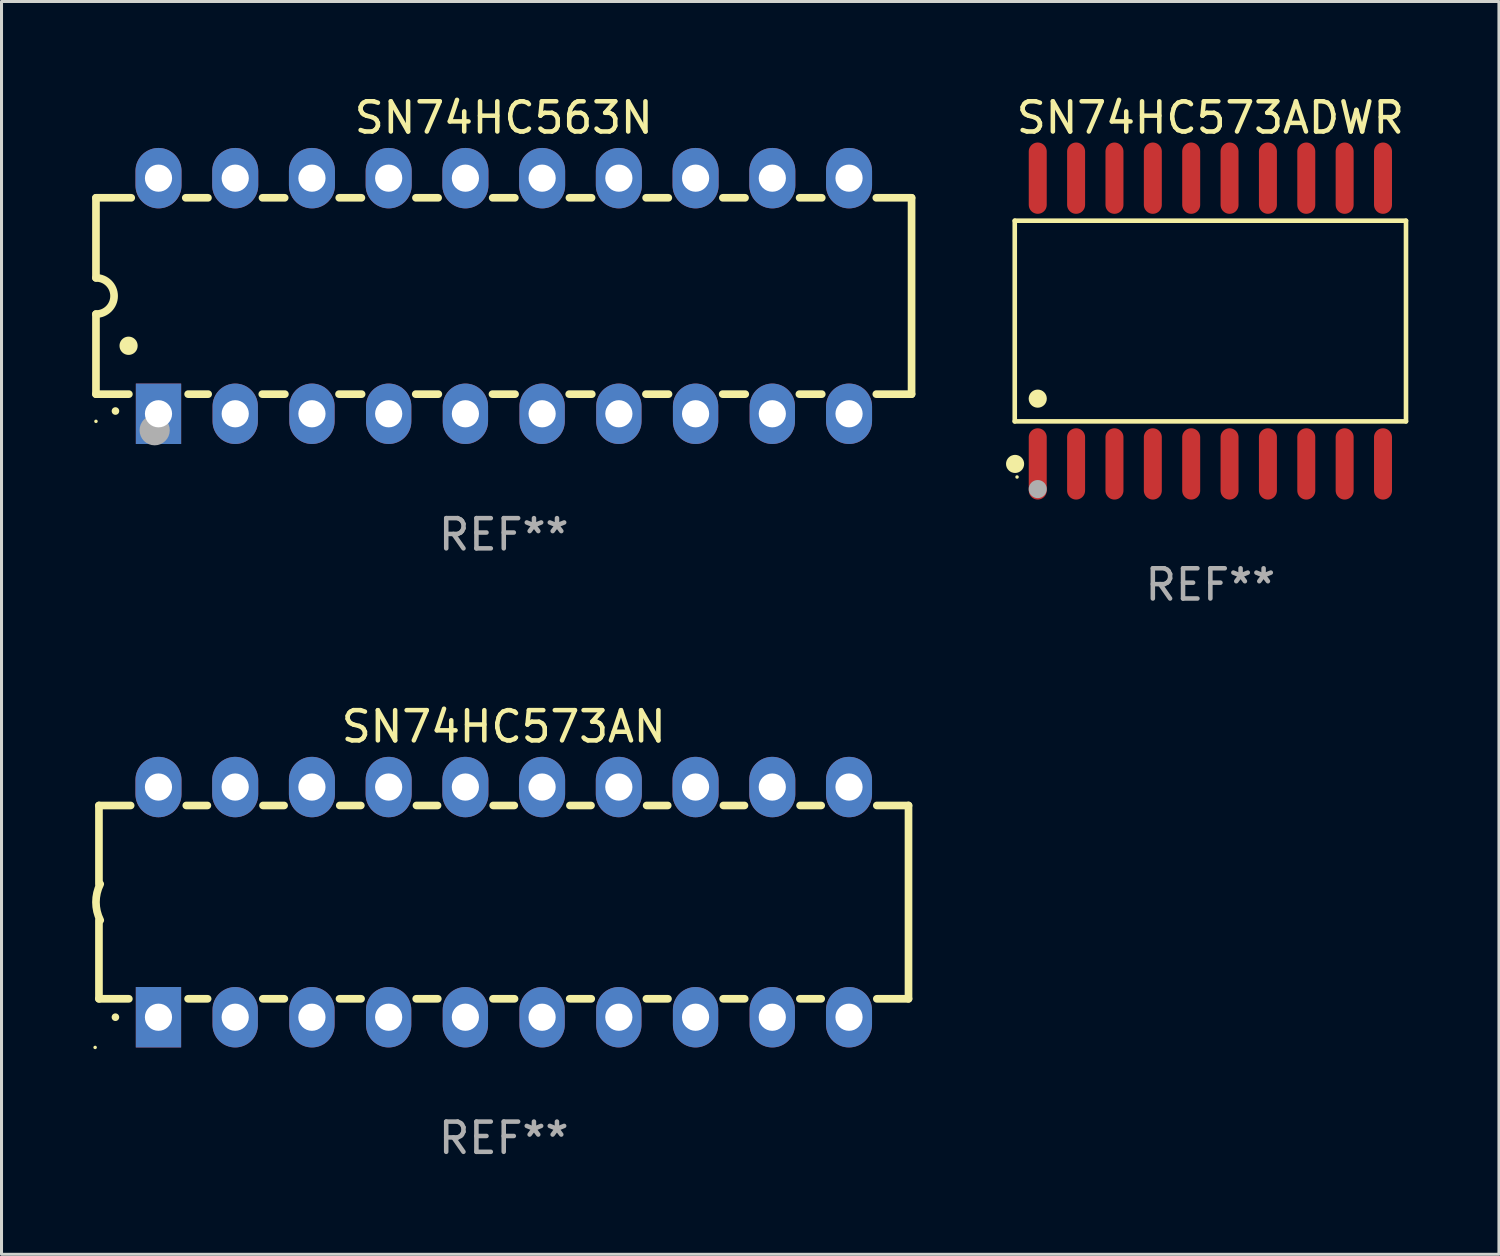
<source format=kicad_pcb>
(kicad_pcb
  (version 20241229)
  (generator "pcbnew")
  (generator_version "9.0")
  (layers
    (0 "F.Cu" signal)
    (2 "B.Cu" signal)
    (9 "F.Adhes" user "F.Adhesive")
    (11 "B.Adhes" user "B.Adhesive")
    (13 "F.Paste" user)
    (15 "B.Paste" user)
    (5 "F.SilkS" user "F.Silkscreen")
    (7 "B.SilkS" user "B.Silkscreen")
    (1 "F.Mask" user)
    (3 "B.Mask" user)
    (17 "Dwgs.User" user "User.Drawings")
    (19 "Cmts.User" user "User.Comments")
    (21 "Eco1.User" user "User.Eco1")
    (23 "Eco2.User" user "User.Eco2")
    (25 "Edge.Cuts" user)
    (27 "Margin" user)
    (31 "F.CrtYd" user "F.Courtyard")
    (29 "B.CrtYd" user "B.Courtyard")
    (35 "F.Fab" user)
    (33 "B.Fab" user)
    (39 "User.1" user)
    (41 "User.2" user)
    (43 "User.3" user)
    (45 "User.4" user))
  (footprint "SN74HC563N"
    (layer "F.Cu")
    (at 13.627 6.748)
    (property "Reference" "SN74HC563N" (at 0 -5.9 0) (layer "F.SilkS") (effects (font (size 1 1) (thickness 0.15))))
    (attr through_hole)
    (fp_line (start -13.5 -3.25) (end -12.333 -3.25) (stroke (width 0.254) (type solid)) (layer "F.SilkS"))
    (fp_line (start -13.5 -0.6) (end -13.5 -3.25) (stroke (width 0.254) (type solid)) (layer "F.SilkS"))
    (fp_line (start -13.5 3.25) (end -13.5 0.6) (stroke (width 0.254) (type solid)) (layer "F.SilkS"))
    (fp_line (start -13.5 3.25) (end -12.411 3.25) (stroke (width 0.254) (type solid)) (layer "F.SilkS"))
    (fp_line (start -10.527 -3.25) (end -9.793 -3.25) (stroke (width 0.254) (type solid)) (layer "F.SilkS"))
    (fp_line (start -10.449 3.25) (end -9.786 3.25) (stroke (width 0.254) (type solid)) (layer "F.SilkS"))
    (fp_line (start -7.994 3.25) (end -7.246 3.25) (stroke (width 0.254) (type solid)) (layer "F.SilkS"))
    (fp_line (start -7.987 -3.25) (end -7.253 -3.25) (stroke (width 0.254) (type solid)) (layer "F.SilkS"))
    (fp_line (start -5.454 3.25) (end -4.706 3.25) (stroke (width 0.254) (type solid)) (layer "F.SilkS"))
    (fp_line (start -5.447 -3.25) (end -4.713 -3.25) (stroke (width 0.254) (type solid)) (layer "F.SilkS"))
    (fp_line (start -2.914 3.25) (end -2.166 3.25) (stroke (width 0.254) (type solid)) (layer "F.SilkS"))
    (fp_line (start -2.907 -3.25) (end -2.173 -3.25) (stroke (width 0.254) (type solid)) (layer "F.SilkS"))
    (fp_line (start -0.374 3.25) (end 0.374 3.25) (stroke (width 0.254) (type solid)) (layer "F.SilkS"))
    (fp_line (start -0.367 -3.25) (end 0.367 -3.25) (stroke (width 0.254) (type solid)) (layer "F.SilkS"))
    (fp_line (start 2.166 3.25) (end 2.914 3.25) (stroke (width 0.254) (type solid)) (layer "F.SilkS"))
    (fp_line (start 2.173 -3.25) (end 2.907 -3.25) (stroke (width 0.254) (type solid)) (layer "F.SilkS"))
    (fp_line (start 4.706 3.25) (end 5.454 3.25) (stroke (width 0.254) (type solid)) (layer "F.SilkS"))
    (fp_line (start 4.713 -3.25) (end 5.447 -3.25) (stroke (width 0.254) (type solid)) (layer "F.SilkS"))
    (fp_line (start 7.246 3.25) (end 7.994 3.25) (stroke (width 0.254) (type solid)) (layer "F.SilkS"))
    (fp_line (start 7.253 -3.25) (end 7.987 -3.25) (stroke (width 0.254) (type solid)) (layer "F.SilkS"))
    (fp_line (start 9.786 3.25) (end 10.527 3.25) (stroke (width 0.254) (type solid)) (layer "F.SilkS"))
    (fp_line (start 9.793 -3.25) (end 10.527 -3.25) (stroke (width 0.254) (type solid)) (layer "F.SilkS"))
    (fp_line (start 12.333 -3.25) (end 13.5 -3.25) (stroke (width 0.254) (type solid)) (layer "F.SilkS"))
    (fp_line (start 12.333 3.25) (end 13.5 3.25) (stroke (width 0.254) (type solid)) (layer "F.SilkS"))
    (fp_line (start 13.5 -3.25) (end 13.5 3.25) (stroke (width 0.254) (type solid)) (layer "F.SilkS"))
    (fp_arc (start -13.500127 -0.599442) (mid -12.900406 0.000228) (end -13.500025 0.6) (stroke (width 0.254001) (type solid)) (layer "F.SilkS"))
    (fp_arc (start -12.854966 3.810008) (mid -12.854973 3.808738) (end -12.854966 3.807468) (stroke (width 0.25) (type solid)) (layer "F.SilkS"))
    (fp_arc (start -12.420625 1.651003) (mid -12.420636 1.648463) (end -12.420625 1.645923) (stroke (width 0.6) (type solid)) (layer "F.SilkS"))
    (fp_circle (center -13.5 4.15) (end -13.47 4.15) (stroke (width 0.06) (type solid)) (fill no) (layer "F.SilkS"))
    (fp_circle (center -11.557 4.445) (end -11.307 4.445) (stroke (width 0.5) (type solid)) (fill no) (layer "F.Fab"))
    (fp_text user "REF**" (at 0 7.9 0) (layer "F.Fab") (effects (font (size 1 1) (thickness 0.15))))
    (pad "1" thru_hole rect (at -11.43 3.9 90) (size 2 1.5) (drill 0.9) (layers "*.Cu" "*.Mask"))
    (pad "2" thru_hole oval (at -8.89 3.9 90) (size 2 1.5) (drill 0.9) (layers "*.Cu" "*.Mask"))
    (pad "3" thru_hole oval (at -6.35 3.9 90) (size 2 1.5) (drill 0.9) (layers "*.Cu" "*.Mask"))
    (pad "4" thru_hole oval (at -3.81 3.9 90) (size 2 1.5) (drill 0.9) (layers "*.Cu" "*.Mask"))
    (pad "5" thru_hole oval (at -1.27 3.9 90) (size 2 1.5) (drill 0.9) (layers "*.Cu" "*.Mask"))
    (pad "6" thru_hole oval (at 1.27 3.9 90) (size 2 1.5) (drill 0.9) (layers "*.Cu" "*.Mask"))
    (pad "7" thru_hole oval (at 3.81 3.9 90) (size 2 1.5) (drill 0.9) (layers "*.Cu" "*.Mask"))
    (pad "8" thru_hole oval (at 6.35 3.9 90) (size 2 1.5) (drill 0.9) (layers "*.Cu" "*.Mask"))
    (pad "9" thru_hole oval (at 8.89 3.9 90) (size 2 1.5) (drill 0.9) (layers "*.Cu" "*.Mask"))
    (pad "10" thru_hole oval (at 11.43 3.9 90) (size 2 1.524) (drill 0.9) (layers "*.Cu" "*.Mask"))
    (pad "11" thru_hole oval (at 11.43 -3.9 90) (size 2 1.524) (drill 0.9) (layers "*.Cu" "*.Mask"))
    (pad "12" thru_hole oval (at 8.89 -3.9 90) (size 2 1.524) (drill 0.9) (layers "*.Cu" "*.Mask"))
    (pad "13" thru_hole oval (at 6.35 -3.9 90) (size 2 1.524) (drill 0.9) (layers "*.Cu" "*.Mask"))
    (pad "14" thru_hole oval (at 3.81 -3.9 90) (size 2 1.524) (drill 0.9) (layers "*.Cu" "*.Mask"))
    (pad "15" thru_hole oval (at 1.27 -3.9 90) (size 2 1.524) (drill 0.9) (layers "*.Cu" "*.Mask"))
    (pad "16" thru_hole oval (at -1.27 -3.9 90) (size 2 1.524) (drill 0.9) (layers "*.Cu" "*.Mask"))
    (pad "17" thru_hole oval (at -3.81 -3.9 90) (size 2 1.524) (drill 0.9) (layers "*.Cu" "*.Mask"))
    (pad "18" thru_hole oval (at -6.35 -3.9 90) (size 2 1.524) (drill 0.9) (layers "*.Cu" "*.Mask"))
    (pad "19" thru_hole oval (at -8.89 -3.9 90) (size 2 1.524) (drill 0.9) (layers "*.Cu" "*.Mask"))
    (pad "20" thru_hole oval (at -11.43 -3.9 90) (size 2 1.524) (drill 0.9) (layers "*.Cu" "*.Mask")))
  (footprint "SN74HC573AN"
    (layer "F.Cu")
    (at 13.626 26.815)
    (property "Reference" "SN74HC573AN" (at 0 -5.81 0) (layer "F.SilkS") (effects (font (size 1 1) (thickness 0.15))))
    (attr through_hole)
    (fp_line (start -13.4 -3.2) (end -12.351 -3.2) (stroke (width 0.254) (type solid)) (layer "F.SilkS"))
    (fp_line (start -13.4 -0.6) (end -13.4 -3.2) (stroke (width 0.254) (type solid)) (layer "F.SilkS"))
    (fp_line (start -13.4 3.2) (end -13.4 0.6) (stroke (width 0.254) (type solid)) (layer "F.SilkS"))
    (fp_line (start -13.4 3.2) (end -12.411 3.2) (stroke (width 0.254) (type solid)) (layer "F.SilkS"))
    (fp_line (start -10.509 -3.2) (end -9.811 -3.2) (stroke (width 0.254) (type solid)) (layer "F.SilkS"))
    (fp_line (start -10.449 3.2) (end -9.803 3.2) (stroke (width 0.254) (type solid)) (layer "F.SilkS"))
    (fp_line (start -7.977 3.2) (end -7.263 3.2) (stroke (width 0.254) (type solid)) (layer "F.SilkS"))
    (fp_line (start -7.969 -3.2) (end -7.271 -3.2) (stroke (width 0.254) (type solid)) (layer "F.SilkS"))
    (fp_line (start -5.437 3.2) (end -4.723 3.2) (stroke (width 0.254) (type solid)) (layer "F.SilkS"))
    (fp_line (start -5.429 -3.2) (end -4.731 -3.2) (stroke (width 0.254) (type solid)) (layer "F.SilkS"))
    (fp_line (start -2.897 3.2) (end -2.183 3.2) (stroke (width 0.254) (type solid)) (layer "F.SilkS"))
    (fp_line (start -2.889 -3.2) (end -2.191 -3.2) (stroke (width 0.254) (type solid)) (layer "F.SilkS"))
    (fp_line (start -0.357 3.2) (end 0.357 3.2) (stroke (width 0.254) (type solid)) (layer "F.SilkS"))
    (fp_line (start -0.349 -3.2) (end 0.349 -3.2) (stroke (width 0.254) (type solid)) (layer "F.SilkS"))
    (fp_line (start 2.183 3.2) (end 2.897 3.2) (stroke (width 0.254) (type solid)) (layer "F.SilkS"))
    (fp_line (start 2.191 -3.2) (end 2.889 -3.2) (stroke (width 0.254) (type solid)) (layer "F.SilkS"))
    (fp_line (start 4.723 3.2) (end 5.437 3.2) (stroke (width 0.254) (type solid)) (layer "F.SilkS"))
    (fp_line (start 4.731 -3.2) (end 5.429 -3.2) (stroke (width 0.254) (type solid)) (layer "F.SilkS"))
    (fp_line (start 7.263 3.2) (end 7.977 3.2) (stroke (width 0.254) (type solid)) (layer "F.SilkS"))
    (fp_line (start 7.271 -3.2) (end 7.969 -3.2) (stroke (width 0.254) (type solid)) (layer "F.SilkS"))
    (fp_line (start 9.803 3.2) (end 10.509 3.2) (stroke (width 0.254) (type solid)) (layer "F.SilkS"))
    (fp_line (start 9.811 -3.2) (end 10.509 -3.2) (stroke (width 0.254) (type solid)) (layer "F.SilkS"))
    (fp_line (start 12.351 -3.2) (end 13.4 -3.2) (stroke (width 0.254) (type solid)) (layer "F.SilkS"))
    (fp_line (start 12.351 3.2) (end 13.4 3.2) (stroke (width 0.254) (type solid)) (layer "F.SilkS"))
    (fp_line (start 13.4 -3.2) (end 13.4 3.2) (stroke (width 0.254) (type solid)) (layer "F.SilkS"))
    (fp_arc (start -13.357557 0.599721) (mid -13.499295 0.000123) (end -13.358598 -0.599721) (stroke (width 0.254001) (type solid)) (layer "F.SilkS"))
    (fp_arc (start -12.854966 3.810008) (mid -12.854973 3.808738) (end -12.854966 3.807468) (stroke (width 0.25) (type solid)) (layer "F.SilkS"))
    (fp_circle (center -13.527 4.81) (end -13.497 4.81) (stroke (width 0.06) (type solid)) (fill no) (layer "F.SilkS"))
    (fp_text user "REF**" (at 0 7.81 0) (layer "F.Fab") (effects (font (size 1 1) (thickness 0.15))))
    (pad "1" thru_hole rect (at -11.43 3.81 90) (size 2 1.5) (drill 0.9) (layers "*.Cu" "*.Mask"))
    (pad "2" thru_hole oval (at -8.89 3.81 90) (size 2 1.5) (drill 0.9) (layers "*.Cu" "*.Mask"))
    (pad "3" thru_hole oval (at -6.35 3.81 90) (size 2 1.5) (drill 0.9) (layers "*.Cu" "*.Mask"))
    (pad "4" thru_hole oval (at -3.81 3.81 90) (size 2 1.5) (drill 0.9) (layers "*.Cu" "*.Mask"))
    (pad "5" thru_hole oval (at -1.27 3.81 90) (size 2 1.5) (drill 0.9) (layers "*.Cu" "*.Mask"))
    (pad "6" thru_hole oval (at 1.27 3.81 90) (size 2 1.5) (drill 0.9) (layers "*.Cu" "*.Mask"))
    (pad "7" thru_hole oval (at 3.81 3.81 90) (size 2 1.5) (drill 0.9) (layers "*.Cu" "*.Mask"))
    (pad "8" thru_hole oval (at 6.35 3.81 90) (size 2 1.5) (drill 0.9) (layers "*.Cu" "*.Mask"))
    (pad "9" thru_hole oval (at 8.89 3.81 90) (size 2 1.5) (drill 0.9) (layers "*.Cu" "*.Mask"))
    (pad "10" thru_hole oval (at 11.43 3.81 90) (size 2 1.524) (drill 0.9) (layers "*.Cu" "*.Mask"))
    (pad "11" thru_hole oval (at 11.43 -3.81 90) (size 2 1.524) (drill 0.9) (layers "*.Cu" "*.Mask"))
    (pad "12" thru_hole oval (at 8.89 -3.81 90) (size 2 1.524) (drill 0.9) (layers "*.Cu" "*.Mask"))
    (pad "13" thru_hole oval (at 6.35 -3.81 90) (size 2 1.524) (drill 0.9) (layers "*.Cu" "*.Mask"))
    (pad "14" thru_hole oval (at 3.81 -3.81 90) (size 2 1.524) (drill 0.9) (layers "*.Cu" "*.Mask"))
    (pad "15" thru_hole oval (at 1.27 -3.81 90) (size 2 1.524) (drill 0.9) (layers "*.Cu" "*.Mask"))
    (pad "16" thru_hole oval (at -1.27 -3.81 90) (size 2 1.524) (drill 0.9) (layers "*.Cu" "*.Mask"))
    (pad "17" thru_hole oval (at -3.81 -3.81 90) (size 2 1.524) (drill 0.9) (layers "*.Cu" "*.Mask"))
    (pad "18" thru_hole oval (at -6.35 -3.81 90) (size 2 1.524) (drill 0.9) (layers "*.Cu" "*.Mask"))
    (pad "19" thru_hole oval (at -8.89 -3.81 90) (size 2 1.524) (drill 0.9) (layers "*.Cu" "*.Mask"))
    (pad "20" thru_hole oval (at -11.43 -3.81 90) (size 2 1.524) (drill 0.9) (layers "*.Cu" "*.Mask")))
  (footprint "SN74HC573ADWR"
    (layer "F.Cu")
    (at 37.019 7.578)
    (property "Reference" "SN74HC573ADWR" (at 0 -6.73 0) (layer "F.SilkS") (effects (font (size 1 1) (thickness 0.15))))
    (attr through_hole)
    (fp_line (start -6.476 -3.321) (end 6.476 -3.321) (stroke (width 0.152) (type solid)) (layer "F.SilkS"))
    (fp_line (start -6.476 3.321) (end -6.476 -3.321) (stroke (width 0.152) (type solid)) (layer "F.SilkS"))
    (fp_line (start 6.476 -3.321) (end 6.476 3.321) (stroke (width 0.152) (type solid)) (layer "F.SilkS"))
    (fp_line (start 6.476 3.321) (end -6.476 3.321) (stroke (width 0.152) (type solid)) (layer "F.SilkS"))
    (fp_circle (center -6.465 4.73) (end -6.315 4.73) (stroke (width 0.3) (type solid)) (fill no) (layer "F.SilkS"))
    (fp_circle (center -6.4 5.163) (end -6.37 5.163) (stroke (width 0.06) (type solid)) (fill no) (layer "F.SilkS"))
    (fp_circle (center -5.715 2.569) (end -5.565 2.569) (stroke (width 0.3) (type solid)) (fill no) (layer "F.SilkS"))
    (fp_circle (center -5.715 5.563) (end -5.565 5.563) (stroke (width 0.3) (type solid)) (fill no) (layer "F.Fab"))
    (fp_text user "REF**" (at 0 8.73 0) (layer "F.Fab") (effects (font (size 1 1) (thickness 0.15))))
    (pad "1" smd oval (at -5.715 4.73) (size 0.595 2.36) (layers "F.Cu" "F.Mask" "F.Paste"))
    (pad "2" smd oval (at -4.445 4.73) (size 0.595 2.36) (layers "F.Cu" "F.Mask" "F.Paste"))
    (pad "3" smd oval (at -3.175 4.73) (size 0.595 2.36) (layers "F.Cu" "F.Mask" "F.Paste"))
    (pad "4" smd oval (at -1.905 4.73) (size 0.595 2.36) (layers "F.Cu" "F.Mask" "F.Paste"))
    (pad "5" smd oval (at -0.635 4.73) (size 0.595 2.36) (layers "F.Cu" "F.Mask" "F.Paste"))
    (pad "6" smd oval (at 0.635 4.73) (size 0.595 2.36) (layers "F.Cu" "F.Mask" "F.Paste"))
    (pad "7" smd oval (at 1.905 4.73) (size 0.595 2.36) (layers "F.Cu" "F.Mask" "F.Paste"))
    (pad "8" smd oval (at 3.175 4.73) (size 0.595 2.36) (layers "F.Cu" "F.Mask" "F.Paste"))
    (pad "9" smd oval (at 4.445 4.73) (size 0.595 2.36) (layers "F.Cu" "F.Mask" "F.Paste"))
    (pad "10" smd oval (at 5.715 4.73) (size 0.595 2.36) (layers "F.Cu" "F.Mask" "F.Paste"))
    (pad "11" smd oval (at 5.715 -4.73) (size 0.595 2.36) (layers "F.Cu" "F.Mask" "F.Paste"))
    (pad "12" smd oval (at 4.445 -4.73) (size 0.595 2.36) (layers "F.Cu" "F.Mask" "F.Paste"))
    (pad "13" smd oval (at 3.175 -4.73) (size 0.595 2.36) (layers "F.Cu" "F.Mask" "F.Paste"))
    (pad "14" smd oval (at 1.905 -4.73) (size 0.595 2.36) (layers "F.Cu" "F.Mask" "F.Paste"))
    (pad "15" smd oval (at 0.635 -4.73) (size 0.595 2.36) (layers "F.Cu" "F.Mask" "F.Paste"))
    (pad "16" smd oval (at -0.635 -4.73) (size 0.595 2.36) (layers "F.Cu" "F.Mask" "F.Paste"))
    (pad "17" smd oval (at -1.905 -4.73) (size 0.595 2.36) (layers "F.Cu" "F.Mask" "F.Paste"))
    (pad "18" smd oval (at -3.175 -4.73) (size 0.595 2.36) (layers "F.Cu" "F.Mask" "F.Paste"))
    (pad "19" smd oval (at -4.445 -4.73) (size 0.595 2.36) (layers "F.Cu" "F.Mask" "F.Paste"))
    (pad "20" smd oval (at -5.715 -4.73) (size 0.595 2.36) (layers "F.Cu" "F.Mask" "F.Paste")))
  (gr_rect
    (start -3 -3)
    (end 46.572 38.473)
    (stroke (width 0.1) (type default))
    (fill no)
    (layer "Edge.Cuts")))
</source>
